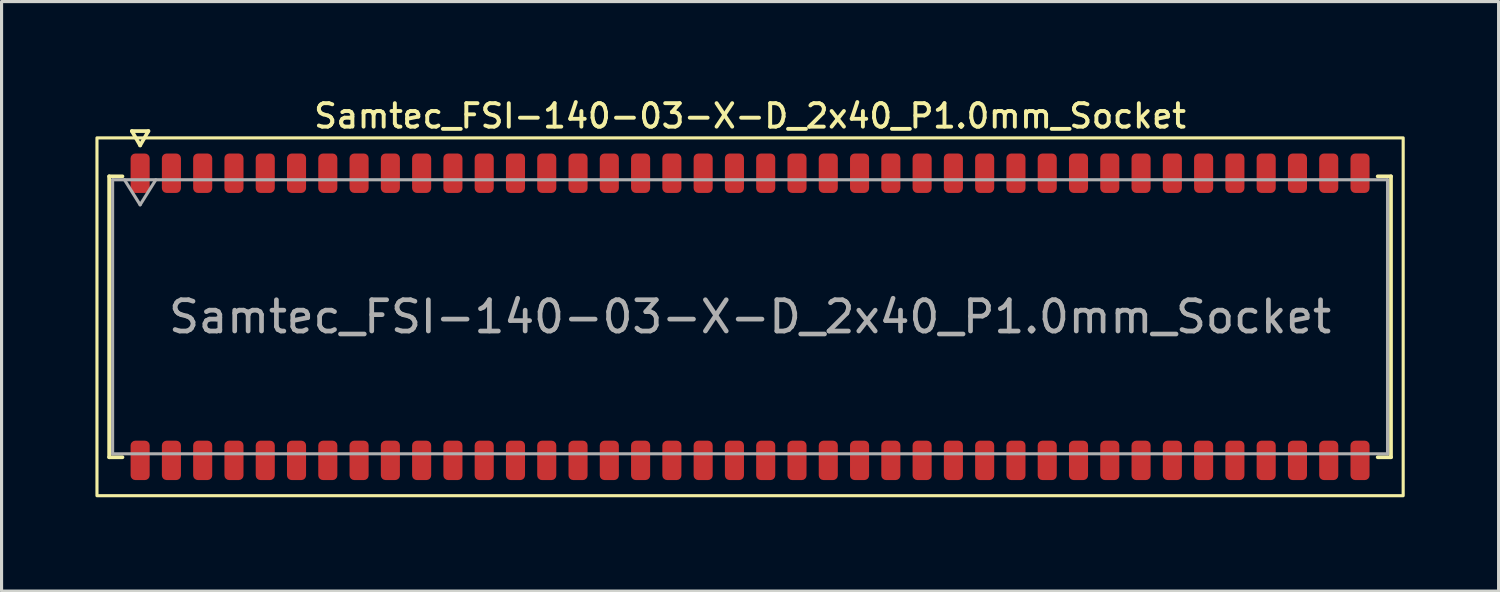
<source format=kicad_pcb>
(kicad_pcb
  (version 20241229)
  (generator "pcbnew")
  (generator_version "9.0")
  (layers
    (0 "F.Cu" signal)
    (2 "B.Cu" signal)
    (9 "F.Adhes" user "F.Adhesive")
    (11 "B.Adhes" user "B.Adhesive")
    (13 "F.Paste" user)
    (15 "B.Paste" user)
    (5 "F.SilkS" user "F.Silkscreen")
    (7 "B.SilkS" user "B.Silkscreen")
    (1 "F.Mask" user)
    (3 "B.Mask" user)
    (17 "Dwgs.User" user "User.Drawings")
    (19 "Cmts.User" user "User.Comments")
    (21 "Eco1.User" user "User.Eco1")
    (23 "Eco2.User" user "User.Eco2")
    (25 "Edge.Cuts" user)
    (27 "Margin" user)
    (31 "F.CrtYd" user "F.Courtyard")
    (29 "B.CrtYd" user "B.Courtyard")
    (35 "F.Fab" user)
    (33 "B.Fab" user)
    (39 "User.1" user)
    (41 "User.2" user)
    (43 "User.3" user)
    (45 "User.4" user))
  (footprint "Samtec_FSI-140-03-X-D_2x40_P1.0mm_Socket"
    (layer "F.Cu")
    (at 20.93 7.078)
    (property "Reference" "Samtec_FSI-140-03-X-D_2x40_P1.0mm_Socket" (at 0 -6.42 0) (layer "F.SilkS") (effects (font (size 0.75 0.75) (thickness 0.125))))
    (attr smd)
    (fp_line (start -20.49 -4.49) (end -20.065 -4.49) (stroke (width 0.12) (type solid)) (layer "F.SilkS"))
    (fp_line (start -20.49 4.49) (end -20.49 -4.49) (stroke (width 0.12) (type solid)) (layer "F.SilkS"))
    (fp_line (start -20.065 4.49) (end -20.49 4.49) (stroke (width 0.12) (type solid)) (layer "F.SilkS"))
    (fp_line (start -19.764 -5.938) (end -19.5 -5.48) (stroke (width 0.12) (type solid)) (layer "F.SilkS"))
    (fp_line (start -19.5 -5.48) (end -19.236 -5.938) (stroke (width 0.12) (type solid)) (layer "F.SilkS"))
    (fp_line (start -19.236 -5.938) (end -19.764 -5.938) (stroke (width 0.12) (type solid)) (layer "F.SilkS"))
    (fp_line (start 20.065 -4.49) (end 20.49 -4.49) (stroke (width 0.12) (type solid)) (layer "F.SilkS"))
    (fp_line (start 20.49 -4.49) (end 20.49 4.49) (stroke (width 0.12) (type solid)) (layer "F.SilkS"))
    (fp_line (start 20.49 4.49) (end 20.065 4.49) (stroke (width 0.12) (type solid)) (layer "F.SilkS"))
    (fp_rect (start -20.88 -5.72) (end 20.88 5.72) (stroke (width 0.1) (type solid)) (fill no) (layer "F.SilkS"))
    (fp_line (start -20.38 -4.38) (end 20.38 -4.38) (stroke (width 0.1) (type solid)) (layer "F.Fab"))
    (fp_line (start -20.38 4.38) (end -20.38 -4.38) (stroke (width 0.1) (type solid)) (layer "F.Fab"))
    (fp_line (start -20 -4.38) (end -19.5 -3.58) (stroke (width 0.1) (type solid)) (layer "F.Fab"))
    (fp_line (start -19.5 -3.58) (end -19 -4.38) (stroke (width 0.1) (type solid)) (layer "F.Fab"))
    (fp_line (start 20.38 -4.38) (end 20.38 4.38) (stroke (width 0.1) (type solid)) (layer "F.Fab"))
    (fp_line (start 20.38 4.38) (end -20.38 4.38) (stroke (width 0.1) (type solid)) (layer "F.Fab"))
    (fp_text user "${REFERENCE}" (at 0 0 0) (layer "F.Fab") (effects (font (size 1 1) (thickness 0.15))))
    (pad "1" smd roundrect (at -19.5 -4.59) (size 0.61 1.26) (layers "F.Cu" "F.Mask" "F.Paste") (roundrect_rratio 0.25))
    (pad "2" smd roundrect (at -19.5 4.59) (size 0.61 1.26) (layers "F.Cu" "F.Mask" "F.Paste") (roundrect_rratio 0.25))
    (pad "3" smd roundrect (at -18.5 -4.59) (size 0.61 1.26) (layers "F.Cu" "F.Mask" "F.Paste") (roundrect_rratio 0.25))
    (pad "4" smd roundrect (at -18.5 4.59) (size 0.61 1.26) (layers "F.Cu" "F.Mask" "F.Paste") (roundrect_rratio 0.25))
    (pad "5" smd roundrect (at -17.5 -4.59) (size 0.61 1.26) (layers "F.Cu" "F.Mask" "F.Paste") (roundrect_rratio 0.25))
    (pad "6" smd roundrect (at -17.5 4.59) (size 0.61 1.26) (layers "F.Cu" "F.Mask" "F.Paste") (roundrect_rratio 0.25))
    (pad "7" smd roundrect (at -16.5 -4.59) (size 0.61 1.26) (layers "F.Cu" "F.Mask" "F.Paste") (roundrect_rratio 0.25))
    (pad "8" smd roundrect (at -16.5 4.59) (size 0.61 1.26) (layers "F.Cu" "F.Mask" "F.Paste") (roundrect_rratio 0.25))
    (pad "9" smd roundrect (at -15.5 -4.59) (size 0.61 1.26) (layers "F.Cu" "F.Mask" "F.Paste") (roundrect_rratio 0.25))
    (pad "10" smd roundrect (at -15.5 4.59) (size 0.61 1.26) (layers "F.Cu" "F.Mask" "F.Paste") (roundrect_rratio 0.25))
    (pad "11" smd roundrect (at -14.5 -4.59) (size 0.61 1.26) (layers "F.Cu" "F.Mask" "F.Paste") (roundrect_rratio 0.25))
    (pad "12" smd roundrect (at -14.5 4.59) (size 0.61 1.26) (layers "F.Cu" "F.Mask" "F.Paste") (roundrect_rratio 0.25))
    (pad "13" smd roundrect (at -13.5 -4.59) (size 0.61 1.26) (layers "F.Cu" "F.Mask" "F.Paste") (roundrect_rratio 0.25))
    (pad "14" smd roundrect (at -13.5 4.59) (size 0.61 1.26) (layers "F.Cu" "F.Mask" "F.Paste") (roundrect_rratio 0.25))
    (pad "15" smd roundrect (at -12.5 -4.59) (size 0.61 1.26) (layers "F.Cu" "F.Mask" "F.Paste") (roundrect_rratio 0.25))
    (pad "16" smd roundrect (at -12.5 4.59) (size 0.61 1.26) (layers "F.Cu" "F.Mask" "F.Paste") (roundrect_rratio 0.25))
    (pad "17" smd roundrect (at -11.5 -4.59) (size 0.61 1.26) (layers "F.Cu" "F.Mask" "F.Paste") (roundrect_rratio 0.25))
    (pad "18" smd roundrect (at -11.5 4.59) (size 0.61 1.26) (layers "F.Cu" "F.Mask" "F.Paste") (roundrect_rratio 0.25))
    (pad "19" smd roundrect (at -10.5 -4.59) (size 0.61 1.26) (layers "F.Cu" "F.Mask" "F.Paste") (roundrect_rratio 0.25))
    (pad "20" smd roundrect (at -10.5 4.59) (size 0.61 1.26) (layers "F.Cu" "F.Mask" "F.Paste") (roundrect_rratio 0.25))
    (pad "21" smd roundrect (at -9.5 -4.59) (size 0.61 1.26) (layers "F.Cu" "F.Mask" "F.Paste") (roundrect_rratio 0.25))
    (pad "22" smd roundrect (at -9.5 4.59) (size 0.61 1.26) (layers "F.Cu" "F.Mask" "F.Paste") (roundrect_rratio 0.25))
    (pad "23" smd roundrect (at -8.5 -4.59) (size 0.61 1.26) (layers "F.Cu" "F.Mask" "F.Paste") (roundrect_rratio 0.25))
    (pad "24" smd roundrect (at -8.5 4.59) (size 0.61 1.26) (layers "F.Cu" "F.Mask" "F.Paste") (roundrect_rratio 0.25))
    (pad "25" smd roundrect (at -7.5 -4.59) (size 0.61 1.26) (layers "F.Cu" "F.Mask" "F.Paste") (roundrect_rratio 0.25))
    (pad "26" smd roundrect (at -7.5 4.59) (size 0.61 1.26) (layers "F.Cu" "F.Mask" "F.Paste") (roundrect_rratio 0.25))
    (pad "27" smd roundrect (at -6.5 -4.59) (size 0.61 1.26) (layers "F.Cu" "F.Mask" "F.Paste") (roundrect_rratio 0.25))
    (pad "28" smd roundrect (at -6.5 4.59) (size 0.61 1.26) (layers "F.Cu" "F.Mask" "F.Paste") (roundrect_rratio 0.25))
    (pad "29" smd roundrect (at -5.5 -4.59) (size 0.61 1.26) (layers "F.Cu" "F.Mask" "F.Paste") (roundrect_rratio 0.25))
    (pad "30" smd roundrect (at -5.5 4.59) (size 0.61 1.26) (layers "F.Cu" "F.Mask" "F.Paste") (roundrect_rratio 0.25))
    (pad "31" smd roundrect (at -4.5 -4.59) (size 0.61 1.26) (layers "F.Cu" "F.Mask" "F.Paste") (roundrect_rratio 0.25))
    (pad "32" smd roundrect (at -4.5 4.59) (size 0.61 1.26) (layers "F.Cu" "F.Mask" "F.Paste") (roundrect_rratio 0.25))
    (pad "33" smd roundrect (at -3.5 -4.59) (size 0.61 1.26) (layers "F.Cu" "F.Mask" "F.Paste") (roundrect_rratio 0.25))
    (pad "34" smd roundrect (at -3.5 4.59) (size 0.61 1.26) (layers "F.Cu" "F.Mask" "F.Paste") (roundrect_rratio 0.25))
    (pad "35" smd roundrect (at -2.5 -4.59) (size 0.61 1.26) (layers "F.Cu" "F.Mask" "F.Paste") (roundrect_rratio 0.25))
    (pad "36" smd roundrect (at -2.5 4.59) (size 0.61 1.26) (layers "F.Cu" "F.Mask" "F.Paste") (roundrect_rratio 0.25))
    (pad "37" smd roundrect (at -1.5 -4.59) (size 0.61 1.26) (layers "F.Cu" "F.Mask" "F.Paste") (roundrect_rratio 0.25))
    (pad "38" smd roundrect (at -1.5 4.59) (size 0.61 1.26) (layers "F.Cu" "F.Mask" "F.Paste") (roundrect_rratio 0.25))
    (pad "39" smd roundrect (at -0.5 -4.59) (size 0.61 1.26) (layers "F.Cu" "F.Mask" "F.Paste") (roundrect_rratio 0.25))
    (pad "40" smd roundrect (at -0.5 4.59) (size 0.61 1.26) (layers "F.Cu" "F.Mask" "F.Paste") (roundrect_rratio 0.25))
    (pad "41" smd roundrect (at 0.5 -4.59) (size 0.61 1.26) (layers "F.Cu" "F.Mask" "F.Paste") (roundrect_rratio 0.25))
    (pad "42" smd roundrect (at 0.5 4.59) (size 0.61 1.26) (layers "F.Cu" "F.Mask" "F.Paste") (roundrect_rratio 0.25))
    (pad "43" smd roundrect (at 1.5 -4.59) (size 0.61 1.26) (layers "F.Cu" "F.Mask" "F.Paste") (roundrect_rratio 0.25))
    (pad "44" smd roundrect (at 1.5 4.59) (size 0.61 1.26) (layers "F.Cu" "F.Mask" "F.Paste") (roundrect_rratio 0.25))
    (pad "45" smd roundrect (at 2.5 -4.59) (size 0.61 1.26) (layers "F.Cu" "F.Mask" "F.Paste") (roundrect_rratio 0.25))
    (pad "46" smd roundrect (at 2.5 4.59) (size 0.61 1.26) (layers "F.Cu" "F.Mask" "F.Paste") (roundrect_rratio 0.25))
    (pad "47" smd roundrect (at 3.5 -4.59) (size 0.61 1.26) (layers "F.Cu" "F.Mask" "F.Paste") (roundrect_rratio 0.25))
    (pad "48" smd roundrect (at 3.5 4.59) (size 0.61 1.26) (layers "F.Cu" "F.Mask" "F.Paste") (roundrect_rratio 0.25))
    (pad "49" smd roundrect (at 4.5 -4.59) (size 0.61 1.26) (layers "F.Cu" "F.Mask" "F.Paste") (roundrect_rratio 0.25))
    (pad "50" smd roundrect (at 4.5 4.59) (size 0.61 1.26) (layers "F.Cu" "F.Mask" "F.Paste") (roundrect_rratio 0.25))
    (pad "51" smd roundrect (at 5.5 -4.59) (size 0.61 1.26) (layers "F.Cu" "F.Mask" "F.Paste") (roundrect_rratio 0.25))
    (pad "52" smd roundrect (at 5.5 4.59) (size 0.61 1.26) (layers "F.Cu" "F.Mask" "F.Paste") (roundrect_rratio 0.25))
    (pad "53" smd roundrect (at 6.5 -4.59) (size 0.61 1.26) (layers "F.Cu" "F.Mask" "F.Paste") (roundrect_rratio 0.25))
    (pad "54" smd roundrect (at 6.5 4.59) (size 0.61 1.26) (layers "F.Cu" "F.Mask" "F.Paste") (roundrect_rratio 0.25))
    (pad "55" smd roundrect (at 7.5 -4.59) (size 0.61 1.26) (layers "F.Cu" "F.Mask" "F.Paste") (roundrect_rratio 0.25))
    (pad "56" smd roundrect (at 7.5 4.59) (size 0.61 1.26) (layers "F.Cu" "F.Mask" "F.Paste") (roundrect_rratio 0.25))
    (pad "57" smd roundrect (at 8.5 -4.59) (size 0.61 1.26) (layers "F.Cu" "F.Mask" "F.Paste") (roundrect_rratio 0.25))
    (pad "58" smd roundrect (at 8.5 4.59) (size 0.61 1.26) (layers "F.Cu" "F.Mask" "F.Paste") (roundrect_rratio 0.25))
    (pad "59" smd roundrect (at 9.5 -4.59) (size 0.61 1.26) (layers "F.Cu" "F.Mask" "F.Paste") (roundrect_rratio 0.25))
    (pad "60" smd roundrect (at 9.5 4.59) (size 0.61 1.26) (layers "F.Cu" "F.Mask" "F.Paste") (roundrect_rratio 0.25))
    (pad "61" smd roundrect (at 10.5 -4.59) (size 0.61 1.26) (layers "F.Cu" "F.Mask" "F.Paste") (roundrect_rratio 0.25))
    (pad "62" smd roundrect (at 10.5 4.59) (size 0.61 1.26) (layers "F.Cu" "F.Mask" "F.Paste") (roundrect_rratio 0.25))
    (pad "63" smd roundrect (at 11.5 -4.59) (size 0.61 1.26) (layers "F.Cu" "F.Mask" "F.Paste") (roundrect_rratio 0.25))
    (pad "64" smd roundrect (at 11.5 4.59) (size 0.61 1.26) (layers "F.Cu" "F.Mask" "F.Paste") (roundrect_rratio 0.25))
    (pad "65" smd roundrect (at 12.5 -4.59) (size 0.61 1.26) (layers "F.Cu" "F.Mask" "F.Paste") (roundrect_rratio 0.25))
    (pad "66" smd roundrect (at 12.5 4.59) (size 0.61 1.26) (layers "F.Cu" "F.Mask" "F.Paste") (roundrect_rratio 0.25))
    (pad "67" smd roundrect (at 13.5 -4.59) (size 0.61 1.26) (layers "F.Cu" "F.Mask" "F.Paste") (roundrect_rratio 0.25))
    (pad "68" smd roundrect (at 13.5 4.59) (size 0.61 1.26) (layers "F.Cu" "F.Mask" "F.Paste") (roundrect_rratio 0.25))
    (pad "69" smd roundrect (at 14.5 -4.59) (size 0.61 1.26) (layers "F.Cu" "F.Mask" "F.Paste") (roundrect_rratio 0.25))
    (pad "70" smd roundrect (at 14.5 4.59) (size 0.61 1.26) (layers "F.Cu" "F.Mask" "F.Paste") (roundrect_rratio 0.25))
    (pad "71" smd roundrect (at 15.5 -4.59) (size 0.61 1.26) (layers "F.Cu" "F.Mask" "F.Paste") (roundrect_rratio 0.25))
    (pad "72" smd roundrect (at 15.5 4.59) (size 0.61 1.26) (layers "F.Cu" "F.Mask" "F.Paste") (roundrect_rratio 0.25))
    (pad "73" smd roundrect (at 16.5 -4.59) (size 0.61 1.26) (layers "F.Cu" "F.Mask" "F.Paste") (roundrect_rratio 0.25))
    (pad "74" smd roundrect (at 16.5 4.59) (size 0.61 1.26) (layers "F.Cu" "F.Mask" "F.Paste") (roundrect_rratio 0.25))
    (pad "75" smd roundrect (at 17.5 -4.59) (size 0.61 1.26) (layers "F.Cu" "F.Mask" "F.Paste") (roundrect_rratio 0.25))
    (pad "76" smd roundrect (at 17.5 4.59) (size 0.61 1.26) (layers "F.Cu" "F.Mask" "F.Paste") (roundrect_rratio 0.25))
    (pad "77" smd roundrect (at 18.5 -4.59) (size 0.61 1.26) (layers "F.Cu" "F.Mask" "F.Paste") (roundrect_rratio 0.25))
    (pad "78" smd roundrect (at 18.5 4.59) (size 0.61 1.26) (layers "F.Cu" "F.Mask" "F.Paste") (roundrect_rratio 0.25))
    (pad "79" smd roundrect (at 19.5 -4.59) (size 0.61 1.26) (layers "F.Cu" "F.Mask" "F.Paste") (roundrect_rratio 0.25))
    (pad "80" smd roundrect (at 19.5 4.59) (size 0.61 1.26) (layers "F.Cu" "F.Mask" "F.Paste") (roundrect_rratio 0.25)))
  (gr_rect
    (start -3 -3)
    (end 44.86 15.848)
    (stroke (width 0.1) (type default))
    (fill no)
    (layer "Edge.Cuts")))
</source>
